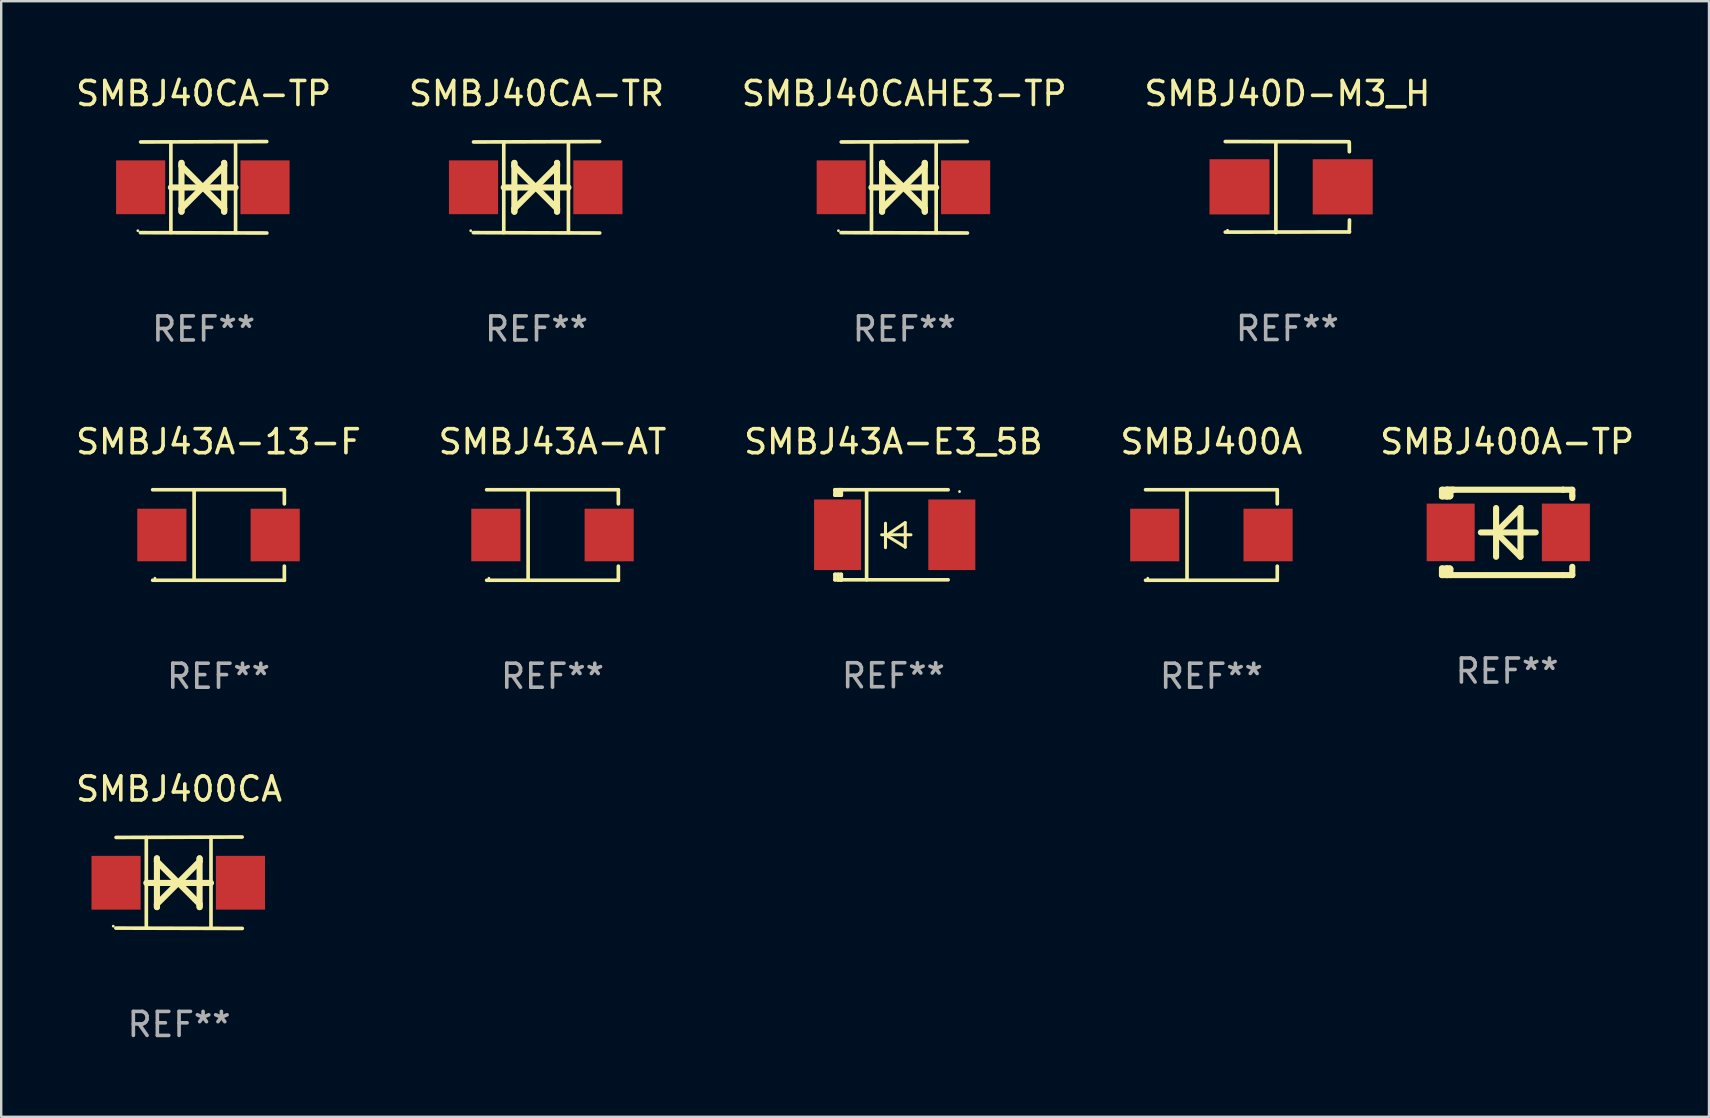
<source format=kicad_pcb>
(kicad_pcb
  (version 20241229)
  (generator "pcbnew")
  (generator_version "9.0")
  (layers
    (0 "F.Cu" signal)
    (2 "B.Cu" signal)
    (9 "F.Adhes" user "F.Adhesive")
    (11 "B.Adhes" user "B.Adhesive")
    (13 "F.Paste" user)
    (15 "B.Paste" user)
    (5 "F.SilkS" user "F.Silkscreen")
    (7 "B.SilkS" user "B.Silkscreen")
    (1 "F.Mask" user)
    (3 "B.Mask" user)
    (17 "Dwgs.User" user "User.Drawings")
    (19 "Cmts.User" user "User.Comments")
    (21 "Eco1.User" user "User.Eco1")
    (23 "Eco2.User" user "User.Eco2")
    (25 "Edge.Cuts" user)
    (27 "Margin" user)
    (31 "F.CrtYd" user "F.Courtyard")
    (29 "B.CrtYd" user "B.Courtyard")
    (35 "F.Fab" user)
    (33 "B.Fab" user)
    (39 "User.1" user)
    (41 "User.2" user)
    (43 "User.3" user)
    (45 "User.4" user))
  (footprint "SMBJ40CA-TR"
    (layer "F.Cu")
    (at 19.304 4.753)
    (property "Reference" "SMBJ40CA-TR" (at 0 -3.905 0) (layer "F.SilkS") (effects (font (size 1 1) (thickness 0.15))))
    (attr through_hole)
    (fp_line (start -1.365 1.886) (end -1.365 -1.886) (stroke (width 0.152) (type solid)) (layer "F.SilkS"))
    (fp_line (start -1.365 0.008) (end 1.33 0.008) (stroke (width 0.254) (type solid)) (layer "F.SilkS"))
    (fp_line (start -0.923 -1.016) (end -0.923 1.016) (stroke (width 0.254) (type solid)) (layer "F.SilkS"))
    (fp_line (start -0.923 -0.889) (end -0.923 -1.016) (stroke (width 0.254) (type solid)) (layer "F.SilkS"))
    (fp_line (start -0.923 0.889) (end -0.034 0) (stroke (width 0.254) (type solid)) (layer "F.SilkS"))
    (fp_line (start -0.923 1.016) (end -0.923 0.889) (stroke (width 0.254) (type solid)) (layer "F.SilkS"))
    (fp_line (start -0.034 0) (end -0.923 -0.889) (stroke (width 0.254) (type solid)) (layer "F.SilkS"))
    (fp_line (start -0.034 0) (end 0.855 0.889) (stroke (width 0.254) (type solid)) (layer "F.SilkS"))
    (fp_line (start 0.855 -1.016) (end 0.855 -0.889) (stroke (width 0.254) (type solid)) (layer "F.SilkS"))
    (fp_line (start 0.855 -0.889) (end -0.034 0) (stroke (width 0.254) (type solid)) (layer "F.SilkS"))
    (fp_line (start 0.855 0.889) (end 0.855 1.016) (stroke (width 0.254) (type solid)) (layer "F.SilkS"))
    (fp_line (start 0.855 1.016) (end 0.855 -1.016) (stroke (width 0.254) (type solid)) (layer "F.SilkS"))
    (fp_line (start 1.33 1.886) (end 1.33 -1.886) (stroke (width 0.152) (type solid)) (layer "F.SilkS"))
    (fp_line (start 2.629 -1.905) (end -2.625 -1.887) (stroke (width 0.152) (type solid)) (layer "F.SilkS"))
    (fp_line (start 2.633 1.905) (end -2.633 1.89) (stroke (width 0.152) (type solid)) (layer "F.SilkS"))
    (fp_circle (center -2.741 1.81) (end -2.711 1.81) (stroke (width 0.06) (type solid)) (fill no) (layer "F.SilkS"))
    (fp_text user "REF**" (at 0 5.905 0) (layer "F.Fab") (effects (font (size 1 1) (thickness 0.15))))
    (pad "1" smd rect (at -2.625 0) (size 2.047 2.241) (layers "F.Cu" "F.Mask" "F.Paste"))
    (pad "2" smd rect (at 2.557 0) (size 2.047 2.241) (layers "F.Cu" "F.Mask" "F.Paste")))
  (footprint "SMBJ43A-AT"
    (layer "F.Cu")
    (at 19.97 19.241)
    (property "Reference" "SMBJ43A-AT" (at 0 -3.886 0) (layer "F.SilkS") (effects (font (size 1 1) (thickness 0.15))))
    (attr through_hole)
    (fp_line (start -2.744 -1.886) (end 2.744 -1.886) (stroke (width 0.152) (type solid)) (layer "F.SilkS"))
    (fp_line (start -2.744 1.886) (end 2.744 1.886) (stroke (width 0.152) (type solid)) (layer "F.SilkS"))
    (fp_line (start -1.016 -1.886) (end -1.016 1.886) (stroke (width 0.152) (type solid)) (layer "F.SilkS"))
    (fp_line (start 2.744 -1.886) (end 2.744 -1.299) (stroke (width 0.152) (type solid)) (layer "F.SilkS"))
    (fp_line (start 2.744 1.886) (end 2.744 1.299) (stroke (width 0.152) (type solid)) (layer "F.SilkS"))
    (fp_circle (center -2.65 1.8) (end -2.62 1.8) (stroke (width 0.06) (type solid)) (fill no) (layer "F.SilkS"))
    (fp_text user "REF**" (at 0 5.886 0) (layer "F.Fab") (effects (font (size 1 1) (thickness 0.15))))
    (pad "1" smd rect (at -2.361 0) (size 2.047 2.192) (layers "F.Cu" "F.Mask" "F.Paste"))
    (pad "2" smd rect (at 2.361 0) (size 2.047 2.192) (layers "F.Cu" "F.Mask" "F.Paste")))
  (footprint "SMBJ40CAHE3-TP"
    (layer "F.Cu")
    (at 34.625 4.753)
    (property "Reference" "SMBJ40CAHE3-TP" (at 0 -3.905 0) (layer "F.SilkS") (effects (font (size 1 1) (thickness 0.15))))
    (attr through_hole)
    (fp_line (start -1.365 1.886) (end -1.365 -1.886) (stroke (width 0.152) (type solid)) (layer "F.SilkS"))
    (fp_line (start -1.365 0.008) (end 1.33 0.008) (stroke (width 0.254) (type solid)) (layer "F.SilkS"))
    (fp_line (start -0.923 -1.016) (end -0.923 1.016) (stroke (width 0.254) (type solid)) (layer "F.SilkS"))
    (fp_line (start -0.923 -0.889) (end -0.923 -1.016) (stroke (width 0.254) (type solid)) (layer "F.SilkS"))
    (fp_line (start -0.923 0.889) (end -0.034 0) (stroke (width 0.254) (type solid)) (layer "F.SilkS"))
    (fp_line (start -0.923 1.016) (end -0.923 0.889) (stroke (width 0.254) (type solid)) (layer "F.SilkS"))
    (fp_line (start -0.034 0) (end -0.923 -0.889) (stroke (width 0.254) (type solid)) (layer "F.SilkS"))
    (fp_line (start -0.034 0) (end 0.855 0.889) (stroke (width 0.254) (type solid)) (layer "F.SilkS"))
    (fp_line (start 0.855 -1.016) (end 0.855 -0.889) (stroke (width 0.254) (type solid)) (layer "F.SilkS"))
    (fp_line (start 0.855 -0.889) (end -0.034 0) (stroke (width 0.254) (type solid)) (layer "F.SilkS"))
    (fp_line (start 0.855 0.889) (end 0.855 1.016) (stroke (width 0.254) (type solid)) (layer "F.SilkS"))
    (fp_line (start 0.855 1.016) (end 0.855 -1.016) (stroke (width 0.254) (type solid)) (layer "F.SilkS"))
    (fp_line (start 1.33 1.886) (end 1.33 -1.886) (stroke (width 0.152) (type solid)) (layer "F.SilkS"))
    (fp_line (start 2.629 -1.905) (end -2.625 -1.887) (stroke (width 0.152) (type solid)) (layer "F.SilkS"))
    (fp_line (start 2.633 1.905) (end -2.633 1.89) (stroke (width 0.152) (type solid)) (layer "F.SilkS"))
    (fp_circle (center -2.741 1.81) (end -2.711 1.81) (stroke (width 0.06) (type solid)) (fill no) (layer "F.SilkS"))
    (fp_text user "REF**" (at 0 5.905 0) (layer "F.Fab") (effects (font (size 1 1) (thickness 0.15))))
    (pad "1" smd rect (at -2.625 0) (size 2.047 2.241) (layers "F.Cu" "F.Mask" "F.Paste"))
    (pad "2" smd rect (at 2.557 0) (size 2.047 2.241) (layers "F.Cu" "F.Mask" "F.Paste")))
  (footprint "SMBJ400A"
    (layer "F.Cu")
    (at 47.423 19.241)
    (property "Reference" "SMBJ400A" (at 0 -3.886 0) (layer "F.SilkS") (effects (font (size 1 1) (thickness 0.15))))
    (attr through_hole)
    (fp_line (start -2.744 -1.886) (end 2.744 -1.886) (stroke (width 0.152) (type solid)) (layer "F.SilkS"))
    (fp_line (start -2.744 1.886) (end 2.744 1.886) (stroke (width 0.152) (type solid)) (layer "F.SilkS"))
    (fp_line (start -1.016 -1.886) (end -1.016 1.886) (stroke (width 0.152) (type solid)) (layer "F.SilkS"))
    (fp_line (start 2.744 -1.886) (end 2.744 -1.299) (stroke (width 0.152) (type solid)) (layer "F.SilkS"))
    (fp_line (start 2.744 1.886) (end 2.744 1.299) (stroke (width 0.152) (type solid)) (layer "F.SilkS"))
    (fp_circle (center -2.65 1.8) (end -2.62 1.8) (stroke (width 0.06) (type solid)) (fill no) (layer "F.SilkS"))
    (fp_text user "REF**" (at 0 5.886 0) (layer "F.Fab") (effects (font (size 1 1) (thickness 0.15))))
    (pad "1" smd rect (at -2.361 0) (size 2.047 2.192) (layers "F.Cu" "F.Mask" "F.Paste"))
    (pad "2" smd rect (at 2.361 0) (size 2.047 2.192) (layers "F.Cu" "F.Mask" "F.Paste")))
  (footprint "SMBJ40D-M3_H"
    (layer "F.Cu")
    (at 50.589 4.744)
    (property "Reference" "SMBJ40D-M3_H" (at 0 -3.896 0) (layer "F.SilkS") (effects (font (size 1 1) (thickness 0.15))))
    (attr through_hole)
    (fp_line (start -2.588 -1.896) (end 2.568 -1.889) (stroke (width 0.152) (type solid)) (layer "F.SilkS"))
    (fp_line (start -2.588 1.877) (end 2.588 1.87) (stroke (width 0.152) (type solid)) (layer "F.SilkS"))
    (fp_line (start -0.48 1.896) (end -0.48 -1.871) (stroke (width 0.152) (type solid)) (layer "F.SilkS"))
    (fp_line (start 2.579 -1.849) (end 2.582 -1.472) (stroke (width 0.152) (type solid)) (layer "F.SilkS"))
    (fp_line (start 2.579 1.867) (end 2.587 1.372) (stroke (width 0.152) (type solid)) (layer "F.SilkS"))
    (fp_circle (center -2.492 1.801) (end -2.462 1.801) (stroke (width 0.06) (type solid)) (fill no) (layer "F.SilkS"))
    (fp_text user "REF**" (at 0 5.896 0) (layer "F.Fab") (effects (font (size 1 1) (thickness 0.15))))
    (pad "1" smd rect (at -1.995 -0.009) (size 2.5 2.3) (layers "F.Cu" "F.Mask" "F.Paste"))
    (pad "2" smd rect (at 2.305 -0.009) (size 2.5 2.3) (layers "F.Cu" "F.Mask" "F.Paste")))
  (footprint "SMBJ43A-13-F"
    (layer "F.Cu")
    (at 6.054 19.241)
    (property "Reference" "SMBJ43A-13-F" (at 0 -3.886 0) (layer "F.SilkS") (effects (font (size 1 1) (thickness 0.15))))
    (attr through_hole)
    (fp_line (start -2.744 -1.886) (end 2.744 -1.886) (stroke (width 0.152) (type solid)) (layer "F.SilkS"))
    (fp_line (start -2.744 1.886) (end 2.744 1.886) (stroke (width 0.152) (type solid)) (layer "F.SilkS"))
    (fp_line (start -1.016 -1.886) (end -1.016 1.886) (stroke (width 0.152) (type solid)) (layer "F.SilkS"))
    (fp_line (start 2.744 -1.886) (end 2.744 -1.299) (stroke (width 0.152) (type solid)) (layer "F.SilkS"))
    (fp_line (start 2.744 1.886) (end 2.744 1.299) (stroke (width 0.152) (type solid)) (layer "F.SilkS"))
    (fp_circle (center -2.65 1.8) (end -2.62 1.8) (stroke (width 0.06) (type solid)) (fill no) (layer "F.SilkS"))
    (fp_text user "REF**" (at 0 5.886 0) (layer "F.Fab") (effects (font (size 1 1) (thickness 0.15))))
    (pad "1" smd rect (at -2.361 0) (size 2.047 2.192) (layers "F.Cu" "F.Mask" "F.Paste"))
    (pad "2" smd rect (at 2.361 0) (size 2.047 2.192) (layers "F.Cu" "F.Mask" "F.Paste")))
  (footprint "SMBJ40CA-TP"
    (layer "F.Cu")
    (at 5.435 4.753)
    (property "Reference" "SMBJ40CA-TP" (at 0 -3.905 0) (layer "F.SilkS") (effects (font (size 1 1) (thickness 0.15))))
    (attr through_hole)
    (fp_line (start -1.365 1.886) (end -1.365 -1.886) (stroke (width 0.152) (type solid)) (layer "F.SilkS"))
    (fp_line (start -1.365 0.008) (end 1.33 0.008) (stroke (width 0.254) (type solid)) (layer "F.SilkS"))
    (fp_line (start -0.923 -1.016) (end -0.923 1.016) (stroke (width 0.254) (type solid)) (layer "F.SilkS"))
    (fp_line (start -0.923 -0.889) (end -0.923 -1.016) (stroke (width 0.254) (type solid)) (layer "F.SilkS"))
    (fp_line (start -0.923 0.889) (end -0.034 0) (stroke (width 0.254) (type solid)) (layer "F.SilkS"))
    (fp_line (start -0.923 1.016) (end -0.923 0.889) (stroke (width 0.254) (type solid)) (layer "F.SilkS"))
    (fp_line (start -0.034 0) (end -0.923 -0.889) (stroke (width 0.254) (type solid)) (layer "F.SilkS"))
    (fp_line (start -0.034 0) (end 0.855 0.889) (stroke (width 0.254) (type solid)) (layer "F.SilkS"))
    (fp_line (start 0.855 -1.016) (end 0.855 -0.889) (stroke (width 0.254) (type solid)) (layer "F.SilkS"))
    (fp_line (start 0.855 -0.889) (end -0.034 0) (stroke (width 0.254) (type solid)) (layer "F.SilkS"))
    (fp_line (start 0.855 0.889) (end 0.855 1.016) (stroke (width 0.254) (type solid)) (layer "F.SilkS"))
    (fp_line (start 0.855 1.016) (end 0.855 -1.016) (stroke (width 0.254) (type solid)) (layer "F.SilkS"))
    (fp_line (start 1.33 1.886) (end 1.33 -1.886) (stroke (width 0.152) (type solid)) (layer "F.SilkS"))
    (fp_line (start 2.629 -1.905) (end -2.625 -1.887) (stroke (width 0.152) (type solid)) (layer "F.SilkS"))
    (fp_line (start 2.633 1.905) (end -2.633 1.89) (stroke (width 0.152) (type solid)) (layer "F.SilkS"))
    (fp_circle (center -2.741 1.81) (end -2.711 1.81) (stroke (width 0.06) (type solid)) (fill no) (layer "F.SilkS"))
    (fp_text user "REF**" (at 0 5.905 0) (layer "F.Fab") (effects (font (size 1 1) (thickness 0.15))))
    (pad "1" smd rect (at -2.625 0) (size 2.047 2.241) (layers "F.Cu" "F.Mask" "F.Paste"))
    (pad "2" smd rect (at 2.557 0) (size 2.047 2.241) (layers "F.Cu" "F.Mask" "F.Paste")))
  (footprint "SMBJ400A-TP"
    (layer "F.Cu")
    (at 59.744 19.133)
    (property "Reference" "SMBJ400A-TP" (at 0 -3.778 0) (layer "F.SilkS") (effects (font (size 1 1) (thickness 0.15))))
    (attr through_hole)
    (fp_line (start -2.715 -1.778) (end -2.715 -1.501) (stroke (width 0.254) (type solid)) (layer "F.SilkS"))
    (fp_line (start -2.715 -1.501) (end -2.505 -1.501) (stroke (width 0.254) (type solid)) (layer "F.SilkS"))
    (fp_line (start -2.715 1.501) (end -2.715 1.778) (stroke (width 0.254) (type solid)) (layer "F.SilkS"))
    (fp_line (start -2.715 1.501) (end -2.505 1.501) (stroke (width 0.254) (type solid)) (layer "F.SilkS"))
    (fp_line (start -2.715 1.778) (end -2.504 1.778) (stroke (width 0.254) (type solid)) (layer "F.SilkS"))
    (fp_line (start -2.505 -1.778) (end -2.715 -1.778) (stroke (width 0.254) (type solid)) (layer "F.SilkS"))
    (fp_line (start -2.505 -1.778) (end -2.238 -1.778) (stroke (width 0.254) (type solid)) (layer "F.SilkS"))
    (fp_line (start -2.505 -1.501) (end -2.505 -1.651) (stroke (width 0.254) (type solid)) (layer "F.SilkS"))
    (fp_line (start -2.505 -1.501) (end -2.388 -1.501) (stroke (width 0.254) (type solid)) (layer "F.SilkS"))
    (fp_line (start -2.505 1.501) (end -2.505 1.778) (stroke (width 0.254) (type solid)) (layer "F.SilkS"))
    (fp_line (start -2.505 1.501) (end -2.388 1.501) (stroke (width 0.254) (type solid)) (layer "F.SilkS"))
    (fp_line (start -2.388 1.501) (end -2.365 1.524) (stroke (width 0.254) (type solid)) (layer "F.SilkS"))
    (fp_line (start -2.388 -1.501) (end -2.365 -1.524) (stroke (width 0.254) (type solid)) (layer "F.SilkS"))
    (fp_line (start -2.365 -1.651) (end -2.505 -1.778) (stroke (width 0.254) (type solid)) (layer "F.SilkS"))
    (fp_line (start -2.365 -1.524) (end -2.365 -1.651) (stroke (width 0.254) (type solid)) (layer "F.SilkS"))
    (fp_line (start -2.365 1.524) (end -2.365 1.778) (stroke (width 0.254) (type solid)) (layer "F.SilkS"))
    (fp_line (start -2.239 -1.778) (end 2.333 -1.778) (stroke (width 0.254) (type solid)) (layer "F.SilkS"))
    (fp_line (start -2.238 -1.778) (end -2.505 -1.778) (stroke (width 0.254) (type solid)) (layer "F.SilkS"))
    (fp_line (start -1.095 0) (end 1.191 0) (stroke (width 0.254) (type solid)) (layer "F.SilkS"))
    (fp_line (start -0.46 -1.016) (end -0.46 1.016) (stroke (width 0.254) (type solid)) (layer "F.SilkS"))
    (fp_line (start -0.46 -0.000127) (end 0.556 1.016) (stroke (width 0.254) (type solid)) (layer "F.SilkS"))
    (fp_line (start 0.556 -1.016) (end 0.556 1.016) (stroke (width 0.254) (type solid)) (layer "F.SilkS"))
    (fp_line (start 0.556 -1.016) (end -0.46 -0.000127) (stroke (width 0.254) (type solid)) (layer "F.SilkS"))
    (fp_line (start 2.333 -1.778) (end 2.333 -1.778) (stroke (width 0.254) (type solid)) (layer "F.SilkS"))
    (fp_line (start 2.333 -1.778) (end 2.715 -1.778) (stroke (width 0.254) (type solid)) (layer "F.SilkS"))
    (fp_line (start 2.334 1.778) (end -2.504 1.778) (stroke (width 0.254) (type solid)) (layer "F.SilkS"))
    (fp_line (start 2.715 -1.778) (end 2.715 -1.524) (stroke (width 0.254) (type solid)) (layer "F.SilkS"))
    (fp_line (start 2.715 -1.524) (end 2.715 -1.431) (stroke (width 0.254) (type solid)) (layer "F.SilkS"))
    (fp_line (start 2.715 1.431) (end 2.715 1.778) (stroke (width 0.254) (type solid)) (layer "F.SilkS"))
    (fp_line (start 2.715 1.778) (end 2.334 1.778) (stroke (width 0.254) (type solid)) (layer "F.SilkS"))
    (fp_circle (center -2.602 1.8) (end -2.572 1.8) (stroke (width 0.06) (type solid)) (fill no) (layer "F.SilkS"))
    (fp_text user "REF**" (at 0 5.778 0) (layer "F.Fab") (effects (font (size 1 1) (thickness 0.15))))
    (pad "1" smd rect (at -2.352 -0.000076) (size 2 2.4) (layers "F.Cu" "F.Mask" "F.Paste"))
    (pad "2" smd rect (at 2.448 -0.000076) (size 2 2.4) (layers "F.Cu" "F.Mask" "F.Paste")))
  (footprint "SMBJ43A-E3_5B"
    (layer "F.Cu")
    (at 34.173 19.231)
    (property "Reference" "SMBJ43A-E3_5B" (at 0 -3.876 0) (layer "F.SilkS") (effects (font (size 1 1) (thickness 0.15))))
    (attr through_hole)
    (fp_line (start -2.435 1.65) (end -2.171 1.65) (stroke (width 0.152) (type solid)) (layer "F.SilkS"))
    (fp_line (start -2.435 1.876) (end -2.435 1.65) (stroke (width 0.152) (type solid)) (layer "F.SilkS"))
    (fp_line (start -2.435 -1.876) (end -2.171 -1.876) (stroke (width 0.152) (type solid)) (layer "F.SilkS"))
    (fp_line (start -2.435 -1.65) (end -2.435 -1.876) (stroke (width 0.152) (type solid)) (layer "F.SilkS"))
    (fp_line (start -2.305 -1.866) (end -2.295 -1.876) (stroke (width 0.152) (type solid)) (layer "F.SilkS"))
    (fp_line (start -2.305 -1.65) (end -2.305 -1.866) (stroke (width 0.152) (type solid)) (layer "F.SilkS"))
    (fp_line (start -2.305 1.876) (end -2.305 1.65) (stroke (width 0.152) (type solid)) (layer "F.SilkS"))
    (fp_line (start -2.295 -1.876) (end -2.295 -1.65) (stroke (width 0.152) (type solid)) (layer "F.SilkS"))
    (fp_line (start -2.171 1.876) (end -2.435 1.876) (stroke (width 0.152) (type solid)) (layer "F.SilkS"))
    (fp_line (start -2.171 -1.65) (end -2.435 -1.65) (stroke (width 0.152) (type solid)) (layer "F.SilkS"))
    (fp_line (start -2.171 -1.876) (end -2.295 -1.876) (stroke (width 0.152) (type solid)) (layer "F.SilkS"))
    (fp_line (start -2.171 -1.65) (end -2.171 -1.876) (stroke (width 0.152) (type solid)) (layer "F.SilkS"))
    (fp_line (start -2.171 1.876) (end -2.305 1.876) (stroke (width 0.152) (type solid)) (layer "F.SilkS"))
    (fp_line (start -2.171 1.876) (end -2.171 1.65) (stroke (width 0.152) (type solid)) (layer "F.SilkS"))
    (fp_line (start -1.116 1.876) (end -1.116 -1.876) (stroke (width 0.152) (type solid)) (layer "F.SilkS"))
    (fp_line (start -0.488 0.000102) (end 0.731 0.000102) (stroke (width 0.127) (type solid)) (layer "F.SilkS"))
    (fp_line (start -0.329 -0.48) (end -0.329 0.536) (stroke (width 0.127) (type solid)) (layer "F.SilkS"))
    (fp_line (start -0.29 0.03) (end 0.493 0.51) (stroke (width 0.127) (type solid)) (layer "F.SilkS"))
    (fp_line (start 0.493 -0.51) (end -0.29 0.03) (stroke (width 0.127) (type solid)) (layer "F.SilkS"))
    (fp_line (start 0.493 0.52) (end 0.493 -0.496) (stroke (width 0.127) (type solid)) (layer "F.SilkS"))
    (fp_line (start 2.281 -1.876) (end -2.171 -1.876) (stroke (width 0.152) (type solid)) (layer "F.SilkS"))
    (fp_line (start 2.281 1.876) (end -2.171 1.876) (stroke (width 0.152) (type solid)) (layer "F.SilkS"))
    (fp_circle (center 2.755 -1.8) (end 2.785 -1.8) (stroke (width 0.06) (type solid)) (fill no) (layer "F.SilkS"))
    (fp_text user "REF**" (at 0 5.876 0) (layer "F.Fab") (effects (font (size 1 1) (thickness 0.15))))
    (pad "1" smd rect (at 2.435 -0.000025 180) (size 1.96 2.94) (layers "F.Cu" "F.Mask" "F.Paste"))
    (pad "2" smd rect (at -2.325 -0.000025 180) (size 1.96 2.94) (layers "F.Cu" "F.Mask" "F.Paste")))
  (footprint "SMBJ400CA"
    (layer "F.Cu")
    (at 4.411 33.729)
    (property "Reference" "SMBJ400CA" (at 0 -3.905 0) (layer "F.SilkS") (effects (font (size 1 1) (thickness 0.15))))
    (attr through_hole)
    (fp_line (start -1.365 1.886) (end -1.365 -1.886) (stroke (width 0.152) (type solid)) (layer "F.SilkS"))
    (fp_line (start -1.365 0.008) (end 1.33 0.008) (stroke (width 0.254) (type solid)) (layer "F.SilkS"))
    (fp_line (start -0.923 -1.016) (end -0.923 1.016) (stroke (width 0.254) (type solid)) (layer "F.SilkS"))
    (fp_line (start -0.923 -0.889) (end -0.923 -1.016) (stroke (width 0.254) (type solid)) (layer "F.SilkS"))
    (fp_line (start -0.923 0.889) (end -0.034 0) (stroke (width 0.254) (type solid)) (layer "F.SilkS"))
    (fp_line (start -0.923 1.016) (end -0.923 0.889) (stroke (width 0.254) (type solid)) (layer "F.SilkS"))
    (fp_line (start -0.034 0) (end -0.923 -0.889) (stroke (width 0.254) (type solid)) (layer "F.SilkS"))
    (fp_line (start -0.034 0) (end 0.855 0.889) (stroke (width 0.254) (type solid)) (layer "F.SilkS"))
    (fp_line (start 0.855 -1.016) (end 0.855 -0.889) (stroke (width 0.254) (type solid)) (layer "F.SilkS"))
    (fp_line (start 0.855 -0.889) (end -0.034 0) (stroke (width 0.254) (type solid)) (layer "F.SilkS"))
    (fp_line (start 0.855 0.889) (end 0.855 1.016) (stroke (width 0.254) (type solid)) (layer "F.SilkS"))
    (fp_line (start 0.855 1.016) (end 0.855 -1.016) (stroke (width 0.254) (type solid)) (layer "F.SilkS"))
    (fp_line (start 1.33 1.886) (end 1.33 -1.886) (stroke (width 0.152) (type solid)) (layer "F.SilkS"))
    (fp_line (start 2.629 -1.905) (end -2.625 -1.887) (stroke (width 0.152) (type solid)) (layer "F.SilkS"))
    (fp_line (start 2.633 1.905) (end -2.633 1.89) (stroke (width 0.152) (type solid)) (layer "F.SilkS"))
    (fp_circle (center -2.741 1.81) (end -2.711 1.81) (stroke (width 0.06) (type solid)) (fill no) (layer "F.SilkS"))
    (fp_text user "REF**" (at 0 5.905 0) (layer "F.Fab") (effects (font (size 1 1) (thickness 0.15))))
    (pad "1" smd rect (at -2.625 0) (size 2.047 2.241) (layers "F.Cu" "F.Mask" "F.Paste"))
    (pad "2" smd rect (at 2.557 0) (size 2.047 2.241) (layers "F.Cu" "F.Mask" "F.Paste")))
  (gr_rect
    (start -3 -3)
    (end 68.155 43.482)
    (stroke (width 0.1) (type default))
    (fill no)
    (layer "Edge.Cuts")))
</source>
